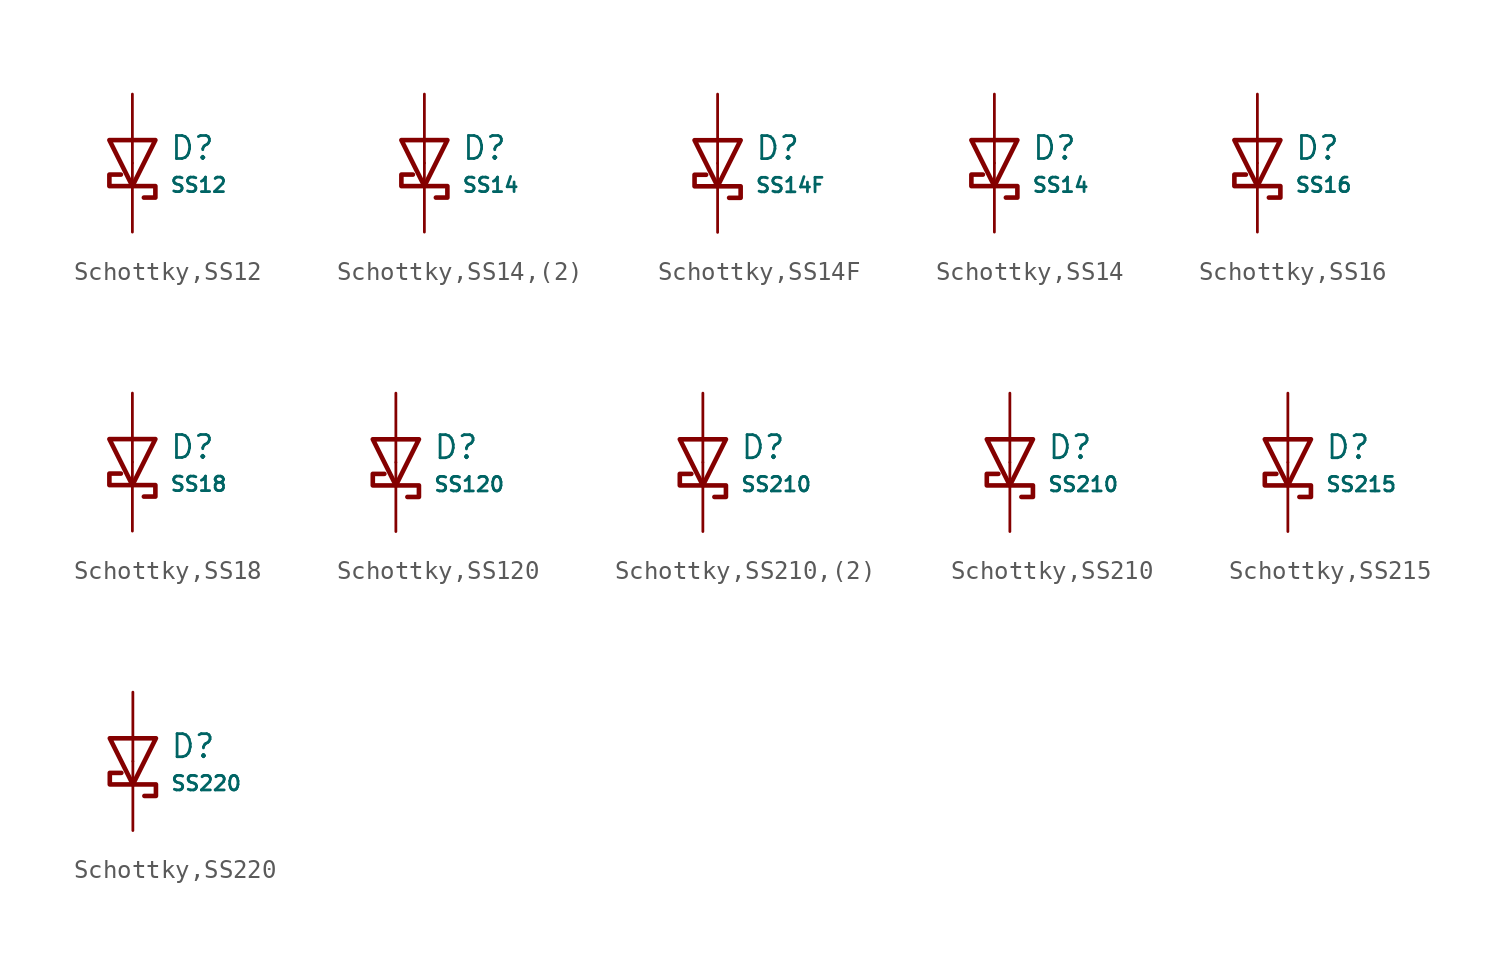
<source format=kicad_sym>
(kicad_symbol_lib
  (version 20231120)
  (generator "CDFER")
  (generator_version "8.0")
  (symbol "Schottky,SS12"
    (pin_numbers hide)
    (pin_names
      (offset 0))
    (property "Reference" "D"
      (at 2.032 0.834 0)
      (effects (font (size 1.27 1.27)) (justify left)))
    (property "Value" "SS12"
      (at 2.032 -1.212 0)
      (effects (font (size 0.8 0.8)) (justify left)))
    (symbol "Schottky,SS12_0_1"
      (polyline (pts (xy -1.27 1.27) (xy 0.00 -1.27) (xy 1.27 1.27) (xy -1.27 1.27)) (stroke (width 0.254) (type default)) (fill (type none))))
    (symbol "Schottky,SS12_0_1"
      (polyline (pts (xy 0.635 -1.905) (xy 1.27 -1.905) (xy 1.27 -1.27) (xy -1.27 -1.27) (xy -1.27 -0.635) (xy -0.635 -0.635)) (stroke (width 0.254) (type default)) (fill (type none))))
    (symbol "Schottky,SS12_1_1"
      (pin passive line (at 0 3.81 270) (length 3.81) (name "~" (effects (font (size 1.27 1.27)))) (number "2" (effects (font (size 1.27 1.27)))))
      (pin passive line (at 0 -3.81 90) (length 3.81) (name "~" (effects (font (size 1.27 1.27)))) (number "1" (effects (font (size 1.27 1.27)))))))
  (symbol "Schottky,SS14,(2)"
    (pin_numbers hide)
    (pin_names
      (offset 0))
    (property "Reference" "D"
      (at 2.032 0.834 0)
      (effects (font (size 1.27 1.27)) (justify left)))
    (property "Value" "SS14"
      (at 2.032 -1.212 0)
      (effects (font (size 0.8 0.8)) (justify left)))
    (symbol "Schottky,SS14,(2)_0_1"
      (polyline (pts (xy -1.27 1.27) (xy 0.00 -1.27) (xy 1.27 1.27) (xy -1.27 1.27)) (stroke (width 0.254) (type default)) (fill (type none))))
    (symbol "Schottky,SS14,(2)_0_1"
      (polyline (pts (xy 0.635 -1.905) (xy 1.27 -1.905) (xy 1.27 -1.27) (xy -1.27 -1.27) (xy -1.27 -0.635) (xy -0.635 -0.635)) (stroke (width 0.254) (type default)) (fill (type none))))
    (symbol "Schottky,SS14,(2)_1_1"
      (pin passive line (at 0 3.81 270) (length 3.81) (name "~" (effects (font (size 1.27 1.27)))) (number "2" (effects (font (size 1.27 1.27)))))
      (pin passive line (at 0 -3.81 90) (length 3.81) (name "~" (effects (font (size 1.27 1.27)))) (number "1" (effects (font (size 1.27 1.27)))))))
  (symbol "Schottky,SS14F"
    (pin_numbers hide)
    (pin_names
      (offset 0))
    (property "Reference" "D"
      (at 2.032 0.834 0)
      (effects (font (size 1.27 1.27)) (justify left)))
    (property "Value" "SS14F"
      (at 2.032 -1.212 0)
      (effects (font (size 0.8 0.8)) (justify left)))
    (symbol "Schottky,SS14F_0_1"
      (polyline (pts (xy -1.27 1.27) (xy 0.00 -1.27) (xy 1.27 1.27) (xy -1.27 1.27)) (stroke (width 0.254) (type default)) (fill (type none))))
    (symbol "Schottky,SS14F_0_1"
      (polyline (pts (xy 0.635 -1.905) (xy 1.27 -1.905) (xy 1.27 -1.27) (xy -1.27 -1.27) (xy -1.27 -0.635) (xy -0.635 -0.635)) (stroke (width 0.254) (type default)) (fill (type none))))
    (symbol "Schottky,SS14F_1_1"
      (pin passive line (at 0 3.81 270) (length 3.81) (name "~" (effects (font (size 1.27 1.27)))) (number "2" (effects (font (size 1.27 1.27)))))
      (pin passive line (at 0 -3.81 90) (length 3.81) (name "~" (effects (font (size 1.27 1.27)))) (number "1" (effects (font (size 1.27 1.27)))))))
  (symbol "Schottky,SS14"
    (pin_numbers hide)
    (pin_names
      (offset 0))
    (property "Reference" "D"
      (at 2.032 0.834 0)
      (effects (font (size 1.27 1.27)) (justify left)))
    (property "Value" "SS14"
      (at 2.032 -1.212 0)
      (effects (font (size 0.8 0.8)) (justify left)))
    (symbol "Schottky,SS14_0_1"
      (polyline (pts (xy -1.27 1.27) (xy 0.00 -1.27) (xy 1.27 1.27) (xy -1.27 1.27)) (stroke (width 0.254) (type default)) (fill (type none))))
    (symbol "Schottky,SS14_0_1"
      (polyline (pts (xy 0.635 -1.905) (xy 1.27 -1.905) (xy 1.27 -1.27) (xy -1.27 -1.27) (xy -1.27 -0.635) (xy -0.635 -0.635)) (stroke (width 0.254) (type default)) (fill (type none))))
    (symbol "Schottky,SS14_1_1"
      (pin passive line (at 0 3.81 270) (length 3.81) (name "~" (effects (font (size 1.27 1.27)))) (number "2" (effects (font (size 1.27 1.27)))))
      (pin passive line (at 0 -3.81 90) (length 3.81) (name "~" (effects (font (size 1.27 1.27)))) (number "1" (effects (font (size 1.27 1.27)))))))
  (symbol "Schottky,SS16"
    (pin_numbers hide)
    (pin_names
      (offset 0))
    (property "Reference" "D"
      (at 2.032 0.834 0)
      (effects (font (size 1.27 1.27)) (justify left)))
    (property "Value" "SS16"
      (at 2.032 -1.212 0)
      (effects (font (size 0.8 0.8)) (justify left)))
    (symbol "Schottky,SS16_0_1"
      (polyline (pts (xy -1.27 1.27) (xy 0.00 -1.27) (xy 1.27 1.27) (xy -1.27 1.27)) (stroke (width 0.254) (type default)) (fill (type none))))
    (symbol "Schottky,SS16_0_1"
      (polyline (pts (xy 0.635 -1.905) (xy 1.27 -1.905) (xy 1.27 -1.27) (xy -1.27 -1.27) (xy -1.27 -0.635) (xy -0.635 -0.635)) (stroke (width 0.254) (type default)) (fill (type none))))
    (symbol "Schottky,SS16_1_1"
      (pin passive line (at 0 3.81 270) (length 3.81) (name "~" (effects (font (size 1.27 1.27)))) (number "2" (effects (font (size 1.27 1.27)))))
      (pin passive line (at 0 -3.81 90) (length 3.81) (name "~" (effects (font (size 1.27 1.27)))) (number "1" (effects (font (size 1.27 1.27)))))))
  (symbol "Schottky,SS18"
    (pin_numbers hide)
    (pin_names
      (offset 0))
    (property "Reference" "D"
      (at 2.032 0.834 0)
      (effects (font (size 1.27 1.27)) (justify left)))
    (property "Value" "SS18"
      (at 2.032 -1.212 0)
      (effects (font (size 0.8 0.8)) (justify left)))
    (symbol "Schottky,SS18_0_1"
      (polyline (pts (xy -1.27 1.27) (xy 0.00 -1.27) (xy 1.27 1.27) (xy -1.27 1.27)) (stroke (width 0.254) (type default)) (fill (type none))))
    (symbol "Schottky,SS18_0_1"
      (polyline (pts (xy 0.635 -1.905) (xy 1.27 -1.905) (xy 1.27 -1.27) (xy -1.27 -1.27) (xy -1.27 -0.635) (xy -0.635 -0.635)) (stroke (width 0.254) (type default)) (fill (type none))))
    (symbol "Schottky,SS18_1_1"
      (pin passive line (at 0 3.81 270) (length 3.81) (name "~" (effects (font (size 1.27 1.27)))) (number "2" (effects (font (size 1.27 1.27)))))
      (pin passive line (at 0 -3.81 90) (length 3.81) (name "~" (effects (font (size 1.27 1.27)))) (number "1" (effects (font (size 1.27 1.27)))))))
  (symbol "Schottky,SS120"
    (pin_numbers hide)
    (pin_names
      (offset 0))
    (property "Reference" "D"
      (at 2.032 0.834 0)
      (effects (font (size 1.27 1.27)) (justify left)))
    (property "Value" "SS120"
      (at 2.032 -1.212 0)
      (effects (font (size 0.8 0.8)) (justify left)))
    (symbol "Schottky,SS120_0_1"
      (polyline (pts (xy -1.27 1.27) (xy 0.00 -1.27) (xy 1.27 1.27) (xy -1.27 1.27)) (stroke (width 0.254) (type default)) (fill (type none))))
    (symbol "Schottky,SS120_0_1"
      (polyline (pts (xy 0.635 -1.905) (xy 1.27 -1.905) (xy 1.27 -1.27) (xy -1.27 -1.27) (xy -1.27 -0.635) (xy -0.635 -0.635)) (stroke (width 0.254) (type default)) (fill (type none))))
    (symbol "Schottky,SS120_1_1"
      (pin passive line (at 0 3.81 270) (length 3.81) (name "~" (effects (font (size 1.27 1.27)))) (number "2" (effects (font (size 1.27 1.27)))))
      (pin passive line (at 0 -3.81 90) (length 3.81) (name "~" (effects (font (size 1.27 1.27)))) (number "1" (effects (font (size 1.27 1.27)))))))
  (symbol "Schottky,SS210,(2)"
    (pin_numbers hide)
    (pin_names
      (offset 0))
    (property "Reference" "D"
      (at 2.032 0.834 0)
      (effects (font (size 1.27 1.27)) (justify left)))
    (property "Value" "SS210"
      (at 2.032 -1.212 0)
      (effects (font (size 0.8 0.8)) (justify left)))
    (symbol "Schottky,SS210,(2)_0_1"
      (polyline (pts (xy -1.27 1.27) (xy 0.00 -1.27) (xy 1.27 1.27) (xy -1.27 1.27)) (stroke (width 0.254) (type default)) (fill (type none))))
    (symbol "Schottky,SS210,(2)_0_1"
      (polyline (pts (xy 0.635 -1.905) (xy 1.27 -1.905) (xy 1.27 -1.27) (xy -1.27 -1.27) (xy -1.27 -0.635) (xy -0.635 -0.635)) (stroke (width 0.254) (type default)) (fill (type none))))
    (symbol "Schottky,SS210,(2)_1_1"
      (pin passive line (at 0 3.81 270) (length 3.81) (name "~" (effects (font (size 1.27 1.27)))) (number "2" (effects (font (size 1.27 1.27)))))
      (pin passive line (at 0 -3.81 90) (length 3.81) (name "~" (effects (font (size 1.27 1.27)))) (number "1" (effects (font (size 1.27 1.27)))))))
  (symbol "Schottky,SS210"
    (pin_numbers hide)
    (pin_names
      (offset 0))
    (property "Reference" "D"
      (at 2.032 0.834 0)
      (effects (font (size 1.27 1.27)) (justify left)))
    (property "Value" "SS210"
      (at 2.032 -1.212 0)
      (effects (font (size 0.8 0.8)) (justify left)))
    (symbol "Schottky,SS210_0_1"
      (polyline (pts (xy -1.27 1.27) (xy 0.00 -1.27) (xy 1.27 1.27) (xy -1.27 1.27)) (stroke (width 0.254) (type default)) (fill (type none))))
    (symbol "Schottky,SS210_0_1"
      (polyline (pts (xy 0.635 -1.905) (xy 1.27 -1.905) (xy 1.27 -1.27) (xy -1.27 -1.27) (xy -1.27 -0.635) (xy -0.635 -0.635)) (stroke (width 0.254) (type default)) (fill (type none))))
    (symbol "Schottky,SS210_1_1"
      (pin passive line (at 0 3.81 270) (length 3.81) (name "~" (effects (font (size 1.27 1.27)))) (number "2" (effects (font (size 1.27 1.27)))))
      (pin passive line (at 0 -3.81 90) (length 3.81) (name "~" (effects (font (size 1.27 1.27)))) (number "1" (effects (font (size 1.27 1.27)))))))
  (symbol "Schottky,SS215"
    (pin_numbers hide)
    (pin_names
      (offset 0))
    (property "Reference" "D"
      (at 2.032 0.834 0)
      (effects (font (size 1.27 1.27)) (justify left)))
    (property "Value" "SS215"
      (at 2.032 -1.212 0)
      (effects (font (size 0.8 0.8)) (justify left)))
    (symbol "Schottky,SS215_0_1"
      (polyline (pts (xy -1.27 1.27) (xy 0.00 -1.27) (xy 1.27 1.27) (xy -1.27 1.27)) (stroke (width 0.254) (type default)) (fill (type none))))
    (symbol "Schottky,SS215_0_1"
      (polyline (pts (xy 0.635 -1.905) (xy 1.27 -1.905) (xy 1.27 -1.27) (xy -1.27 -1.27) (xy -1.27 -0.635) (xy -0.635 -0.635)) (stroke (width 0.254) (type default)) (fill (type none))))
    (symbol "Schottky,SS215_1_1"
      (pin passive line (at 0 3.81 270) (length 3.81) (name "~" (effects (font (size 1.27 1.27)))) (number "2" (effects (font (size 1.27 1.27)))))
      (pin passive line (at 0 -3.81 90) (length 3.81) (name "~" (effects (font (size 1.27 1.27)))) (number "1" (effects (font (size 1.27 1.27)))))))
  (symbol "Schottky,SS220"
    (pin_numbers hide)
    (pin_names
      (offset 0))
    (property "Reference" "D"
      (at 2.032 0.834 0)
      (effects (font (size 1.27 1.27)) (justify left)))
    (property "Value" "SS220"
      (at 2.032 -1.212 0)
      (effects (font (size 0.8 0.8)) (justify left)))
    (symbol "Schottky,SS220_0_1"
      (polyline (pts (xy -1.27 1.27) (xy 0.00 -1.27) (xy 1.27 1.27) (xy -1.27 1.27)) (stroke (width 0.254) (type default)) (fill (type none))))
    (symbol "Schottky,SS220_0_1"
      (polyline (pts (xy 0.635 -1.905) (xy 1.27 -1.905) (xy 1.27 -1.27) (xy -1.27 -1.27) (xy -1.27 -0.635) (xy -0.635 -0.635)) (stroke (width 0.254) (type default)) (fill (type none))))
    (symbol "Schottky,SS220_1_1"
      (pin passive line (at 0 3.81 270) (length 3.81) (name "~" (effects (font (size 1.27 1.27)))) (number "2" (effects (font (size 1.27 1.27)))))
      (pin passive line (at 0 -3.81 90) (length 3.81) (name "~" (effects (font (size 1.27 1.27)))) (number "1" (effects (font (size 1.27 1.27))))))))
</source>
